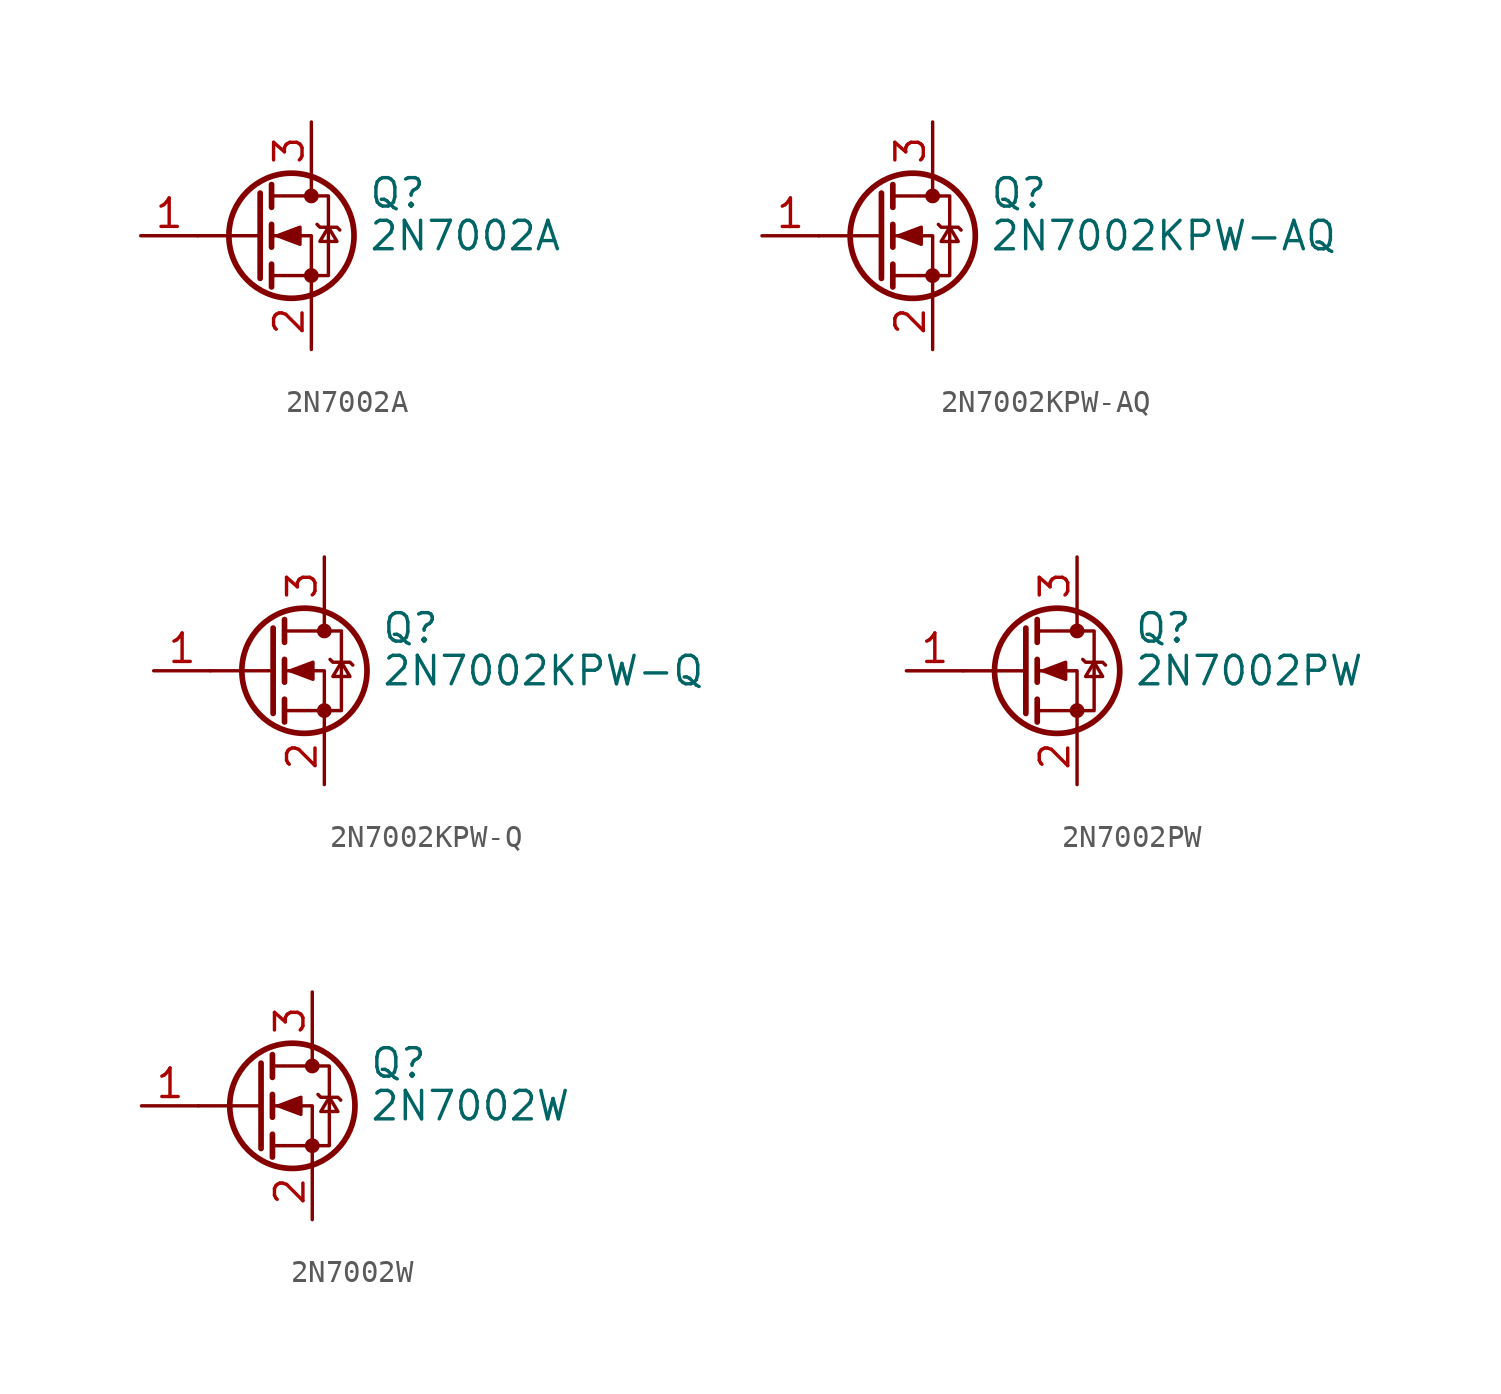
<source format=kicad_sym>
(kicad_symbol_lib
  (version 20241209)
  (generator "kicad_symbol_editor")
  (generator_version "9.0")
  (symbol "2N7002A"
    (pin_names
      (hide yes))
    (property "Reference" "Q"
      (at 5.08 1.905 0)
      (effects (font (size 1.27 1.27)) (justify left)))
    (property "Value" "2N7002A"
      (at 5.08 0 0)
      (effects (font (size 1.27 1.27)) (justify left)))
    (symbol "2N7002A_0_1"
      (polyline (pts (xy 0.254 1.905) (xy 0.254 -1.905)) (stroke (width 0.254) (type default)) (fill (type none)))
      (polyline (pts (xy 0.254 0) (xy -2.54 0)) (stroke (width 0) (type default)) (fill (type none)))
      (polyline (pts (xy 0.762 2.286) (xy 0.762 1.27)) (stroke (width 0.254) (type default)) (fill (type none)))
      (polyline (pts (xy 0.762 0.508) (xy 0.762 -0.508)) (stroke (width 0.254) (type default)) (fill (type none)))
      (polyline (pts (xy 0.762 -1.27) (xy 0.762 -2.286)) (stroke (width 0.254) (type default)) (fill (type none)))
      (polyline (pts (xy 0.762 -1.778) (xy 3.302 -1.778) (xy 3.302 1.778) (xy 0.762 1.778)) (stroke (width 0) (type default)) (fill (type none)))
      (polyline (pts (xy 1.016 0) (xy 2.032 0.381) (xy 2.032 -0.381) (xy 1.016 0)) (stroke (width 0) (type default)) (fill (type outline)))
      (circle (center 1.651 0) (radius 2.794) (stroke (width 0.254) (type default)) (fill (type none)))
      (polyline (pts (xy 2.54 2.54) (xy 2.54 1.778)) (stroke (width 0) (type default)) (fill (type none)))
      (circle (center 2.54 1.778) (radius 0.254) (stroke (width 0) (type default)) (fill (type outline)))
      (circle (center 2.54 -1.778) (radius 0.254) (stroke (width 0) (type default)) (fill (type outline)))
      (polyline (pts (xy 2.54 -2.54) (xy 2.54 0) (xy 0.762 0)) (stroke (width 0) (type default)) (fill (type none)))
      (polyline (pts (xy 2.794 0.508) (xy 2.921 0.381) (xy 3.683 0.381) (xy 3.81 0.254)) (stroke (width 0) (type default)) (fill (type none)))
      (polyline (pts (xy 3.302 0.381) (xy 2.921 -0.254) (xy 3.683 -0.254) (xy 3.302 0.381)) (stroke (width 0) (type default)) (fill (type none))))
    (symbol "2N7002A_1_1"
      (pin input line (at -5.08 0 0) (length 2.54) (name "G" (effects (font (size 1.27 1.27)))) (number "1" (effects (font (size 1.27 1.27)))))
      (pin passive line (at 2.54 5.08 270) (length 2.54) (name "D" (effects (font (size 1.27 1.27)))) (number "3" (effects (font (size 1.27 1.27)))))
      (pin passive line (at 2.54 -5.08 90) (length 2.54) (name "S" (effects (font (size 1.27 1.27)))) (number "2" (effects (font (size 1.27 1.27)))))))
  (symbol "2N7002KPW-AQ"
    (pin_names
      (hide yes))
    (property "Reference" "Q"
      (at 5.08 1.905 0)
      (effects (font (size 1.27 1.27)) (justify left)))
    (property "Value" "2N7002KPW-AQ"
      (at 5.08 0 0)
      (effects (font (size 1.27 1.27)) (justify left)))
    (symbol "2N7002KPW-AQ_0_1"
      (polyline (pts (xy 0.254 1.905) (xy 0.254 -1.905)) (stroke (width 0.254) (type default)) (fill (type none)))
      (polyline (pts (xy 0.254 0) (xy -2.54 0)) (stroke (width 0) (type default)) (fill (type none)))
      (polyline (pts (xy 0.762 2.286) (xy 0.762 1.27)) (stroke (width 0.254) (type default)) (fill (type none)))
      (polyline (pts (xy 0.762 0.508) (xy 0.762 -0.508)) (stroke (width 0.254) (type default)) (fill (type none)))
      (polyline (pts (xy 0.762 -1.27) (xy 0.762 -2.286)) (stroke (width 0.254) (type default)) (fill (type none)))
      (polyline (pts (xy 0.762 -1.778) (xy 3.302 -1.778) (xy 3.302 1.778) (xy 0.762 1.778)) (stroke (width 0) (type default)) (fill (type none)))
      (polyline (pts (xy 1.016 0) (xy 2.032 0.381) (xy 2.032 -0.381) (xy 1.016 0)) (stroke (width 0) (type default)) (fill (type outline)))
      (circle (center 1.651 0) (radius 2.794) (stroke (width 0.254) (type default)) (fill (type none)))
      (polyline (pts (xy 2.54 2.54) (xy 2.54 1.778)) (stroke (width 0) (type default)) (fill (type none)))
      (circle (center 2.54 1.778) (radius 0.254) (stroke (width 0) (type default)) (fill (type outline)))
      (circle (center 2.54 -1.778) (radius 0.254) (stroke (width 0) (type default)) (fill (type outline)))
      (polyline (pts (xy 2.54 -2.54) (xy 2.54 0) (xy 0.762 0)) (stroke (width 0) (type default)) (fill (type none)))
      (polyline (pts (xy 2.794 0.508) (xy 2.921 0.381) (xy 3.683 0.381) (xy 3.81 0.254)) (stroke (width 0) (type default)) (fill (type none)))
      (polyline (pts (xy 3.302 0.381) (xy 2.921 -0.254) (xy 3.683 -0.254) (xy 3.302 0.381)) (stroke (width 0) (type default)) (fill (type none))))
    (symbol "2N7002KPW-AQ_1_1"
      (pin input line (at -5.08 0 0) (length 2.54) (name "G" (effects (font (size 1.27 1.27)))) (number "1" (effects (font (size 1.27 1.27)))))
      (pin passive line (at 2.54 5.08 270) (length 2.54) (name "D" (effects (font (size 1.27 1.27)))) (number "3" (effects (font (size 1.27 1.27)))))
      (pin passive line (at 2.54 -5.08 90) (length 2.54) (name "S" (effects (font (size 1.27 1.27)))) (number "2" (effects (font (size 1.27 1.27)))))))
  (symbol "2N7002KPW-Q"
    (pin_names
      (hide yes))
    (property "Reference" "Q"
      (at 5.08 1.905 0)
      (effects (font (size 1.27 1.27)) (justify left)))
    (property "Value" "2N7002KPW-Q"
      (at 5.08 0 0)
      (effects (font (size 1.27 1.27)) (justify left)))
    (symbol "2N7002KPW-Q_0_1"
      (polyline (pts (xy 0.254 1.905) (xy 0.254 -1.905)) (stroke (width 0.254) (type default)) (fill (type none)))
      (polyline (pts (xy 0.254 0) (xy -2.54 0)) (stroke (width 0) (type default)) (fill (type none)))
      (polyline (pts (xy 0.762 2.286) (xy 0.762 1.27)) (stroke (width 0.254) (type default)) (fill (type none)))
      (polyline (pts (xy 0.762 0.508) (xy 0.762 -0.508)) (stroke (width 0.254) (type default)) (fill (type none)))
      (polyline (pts (xy 0.762 -1.27) (xy 0.762 -2.286)) (stroke (width 0.254) (type default)) (fill (type none)))
      (polyline (pts (xy 0.762 -1.778) (xy 3.302 -1.778) (xy 3.302 1.778) (xy 0.762 1.778)) (stroke (width 0) (type default)) (fill (type none)))
      (polyline (pts (xy 1.016 0) (xy 2.032 0.381) (xy 2.032 -0.381) (xy 1.016 0)) (stroke (width 0) (type default)) (fill (type outline)))
      (circle (center 1.651 0) (radius 2.794) (stroke (width 0.254) (type default)) (fill (type none)))
      (polyline (pts (xy 2.54 2.54) (xy 2.54 1.778)) (stroke (width 0) (type default)) (fill (type none)))
      (circle (center 2.54 1.778) (radius 0.254) (stroke (width 0) (type default)) (fill (type outline)))
      (circle (center 2.54 -1.778) (radius 0.254) (stroke (width 0) (type default)) (fill (type outline)))
      (polyline (pts (xy 2.54 -2.54) (xy 2.54 0) (xy 0.762 0)) (stroke (width 0) (type default)) (fill (type none)))
      (polyline (pts (xy 2.794 0.508) (xy 2.921 0.381) (xy 3.683 0.381) (xy 3.81 0.254)) (stroke (width 0) (type default)) (fill (type none)))
      (polyline (pts (xy 3.302 0.381) (xy 2.921 -0.254) (xy 3.683 -0.254) (xy 3.302 0.381)) (stroke (width 0) (type default)) (fill (type none))))
    (symbol "2N7002KPW-Q_1_1"
      (pin input line (at -5.08 0 0) (length 2.54) (name "G" (effects (font (size 1.27 1.27)))) (number "1" (effects (font (size 1.27 1.27)))))
      (pin passive line (at 2.54 5.08 270) (length 2.54) (name "D" (effects (font (size 1.27 1.27)))) (number "3" (effects (font (size 1.27 1.27)))))
      (pin passive line (at 2.54 -5.08 90) (length 2.54) (name "S" (effects (font (size 1.27 1.27)))) (number "2" (effects (font (size 1.27 1.27)))))))
  (symbol "2N7002PW"
    (pin_names
      (hide yes))
    (property "Reference" "Q"
      (at 5.08 1.905 0)
      (effects (font (size 1.27 1.27)) (justify left)))
    (property "Value" "2N7002PW"
      (at 5.08 0 0)
      (effects (font (size 1.27 1.27)) (justify left)))
    (symbol "2N7002PW_0_1"
      (polyline (pts (xy 0.254 1.905) (xy 0.254 -1.905)) (stroke (width 0.254) (type default)) (fill (type none)))
      (polyline (pts (xy 0.254 0) (xy -2.54 0)) (stroke (width 0) (type default)) (fill (type none)))
      (polyline (pts (xy 0.762 2.286) (xy 0.762 1.27)) (stroke (width 0.254) (type default)) (fill (type none)))
      (polyline (pts (xy 0.762 0.508) (xy 0.762 -0.508)) (stroke (width 0.254) (type default)) (fill (type none)))
      (polyline (pts (xy 0.762 -1.27) (xy 0.762 -2.286)) (stroke (width 0.254) (type default)) (fill (type none)))
      (polyline (pts (xy 0.762 -1.778) (xy 3.302 -1.778) (xy 3.302 1.778) (xy 0.762 1.778)) (stroke (width 0) (type default)) (fill (type none)))
      (polyline (pts (xy 1.016 0) (xy 2.032 0.381) (xy 2.032 -0.381) (xy 1.016 0)) (stroke (width 0) (type default)) (fill (type outline)))
      (circle (center 1.651 0) (radius 2.794) (stroke (width 0.254) (type default)) (fill (type none)))
      (polyline (pts (xy 2.54 2.54) (xy 2.54 1.778)) (stroke (width 0) (type default)) (fill (type none)))
      (circle (center 2.54 1.778) (radius 0.254) (stroke (width 0) (type default)) (fill (type outline)))
      (circle (center 2.54 -1.778) (radius 0.254) (stroke (width 0) (type default)) (fill (type outline)))
      (polyline (pts (xy 2.54 -2.54) (xy 2.54 0) (xy 0.762 0)) (stroke (width 0) (type default)) (fill (type none)))
      (polyline (pts (xy 2.794 0.508) (xy 2.921 0.381) (xy 3.683 0.381) (xy 3.81 0.254)) (stroke (width 0) (type default)) (fill (type none)))
      (polyline (pts (xy 3.302 0.381) (xy 2.921 -0.254) (xy 3.683 -0.254) (xy 3.302 0.381)) (stroke (width 0) (type default)) (fill (type none))))
    (symbol "2N7002PW_1_1"
      (pin input line (at -5.08 0 0) (length 2.54) (name "G" (effects (font (size 1.27 1.27)))) (number "1" (effects (font (size 1.27 1.27)))))
      (pin passive line (at 2.54 5.08 270) (length 2.54) (name "D" (effects (font (size 1.27 1.27)))) (number "3" (effects (font (size 1.27 1.27)))))
      (pin passive line (at 2.54 -5.08 90) (length 2.54) (name "S" (effects (font (size 1.27 1.27)))) (number "2" (effects (font (size 1.27 1.27)))))))
  (symbol "2N7002W"
    (pin_names
      (hide yes))
    (property "Reference" "Q"
      (at 5.08 1.905 0)
      (effects (font (size 1.27 1.27)) (justify left)))
    (property "Value" "2N7002W"
      (at 5.08 0 0)
      (effects (font (size 1.27 1.27)) (justify left)))
    (symbol "2N7002W_0_1"
      (polyline (pts (xy 0.254 1.905) (xy 0.254 -1.905)) (stroke (width 0.254) (type default)) (fill (type none)))
      (polyline (pts (xy 0.254 0) (xy -2.54 0)) (stroke (width 0) (type default)) (fill (type none)))
      (polyline (pts (xy 0.762 2.286) (xy 0.762 1.27)) (stroke (width 0.254) (type default)) (fill (type none)))
      (polyline (pts (xy 0.762 0.508) (xy 0.762 -0.508)) (stroke (width 0.254) (type default)) (fill (type none)))
      (polyline (pts (xy 0.762 -1.27) (xy 0.762 -2.286)) (stroke (width 0.254) (type default)) (fill (type none)))
      (polyline (pts (xy 0.762 -1.778) (xy 3.302 -1.778) (xy 3.302 1.778) (xy 0.762 1.778)) (stroke (width 0) (type default)) (fill (type none)))
      (polyline (pts (xy 1.016 0) (xy 2.032 0.381) (xy 2.032 -0.381) (xy 1.016 0)) (stroke (width 0) (type default)) (fill (type outline)))
      (circle (center 1.651 0) (radius 2.794) (stroke (width 0.254) (type default)) (fill (type none)))
      (polyline (pts (xy 2.54 2.54) (xy 2.54 1.778)) (stroke (width 0) (type default)) (fill (type none)))
      (circle (center 2.54 1.778) (radius 0.254) (stroke (width 0) (type default)) (fill (type outline)))
      (circle (center 2.54 -1.778) (radius 0.254) (stroke (width 0) (type default)) (fill (type outline)))
      (polyline (pts (xy 2.54 -2.54) (xy 2.54 0) (xy 0.762 0)) (stroke (width 0) (type default)) (fill (type none)))
      (polyline (pts (xy 2.794 0.508) (xy 2.921 0.381) (xy 3.683 0.381) (xy 3.81 0.254)) (stroke (width 0) (type default)) (fill (type none)))
      (polyline (pts (xy 3.302 0.381) (xy 2.921 -0.254) (xy 3.683 -0.254) (xy 3.302 0.381)) (stroke (width 0) (type default)) (fill (type none))))
    (symbol "2N7002W_1_1"
      (pin input line (at -5.08 0 0) (length 2.54) (name "G" (effects (font (size 1.27 1.27)))) (number "1" (effects (font (size 1.27 1.27)))))
      (pin passive line (at 2.54 5.08 270) (length 2.54) (name "D" (effects (font (size 1.27 1.27)))) (number "3" (effects (font (size 1.27 1.27)))))
      (pin passive line (at 2.54 -5.08 90) (length 2.54) (name "S" (effects (font (size 1.27 1.27)))) (number "2" (effects (font (size 1.27 1.27))))))))
</source>
